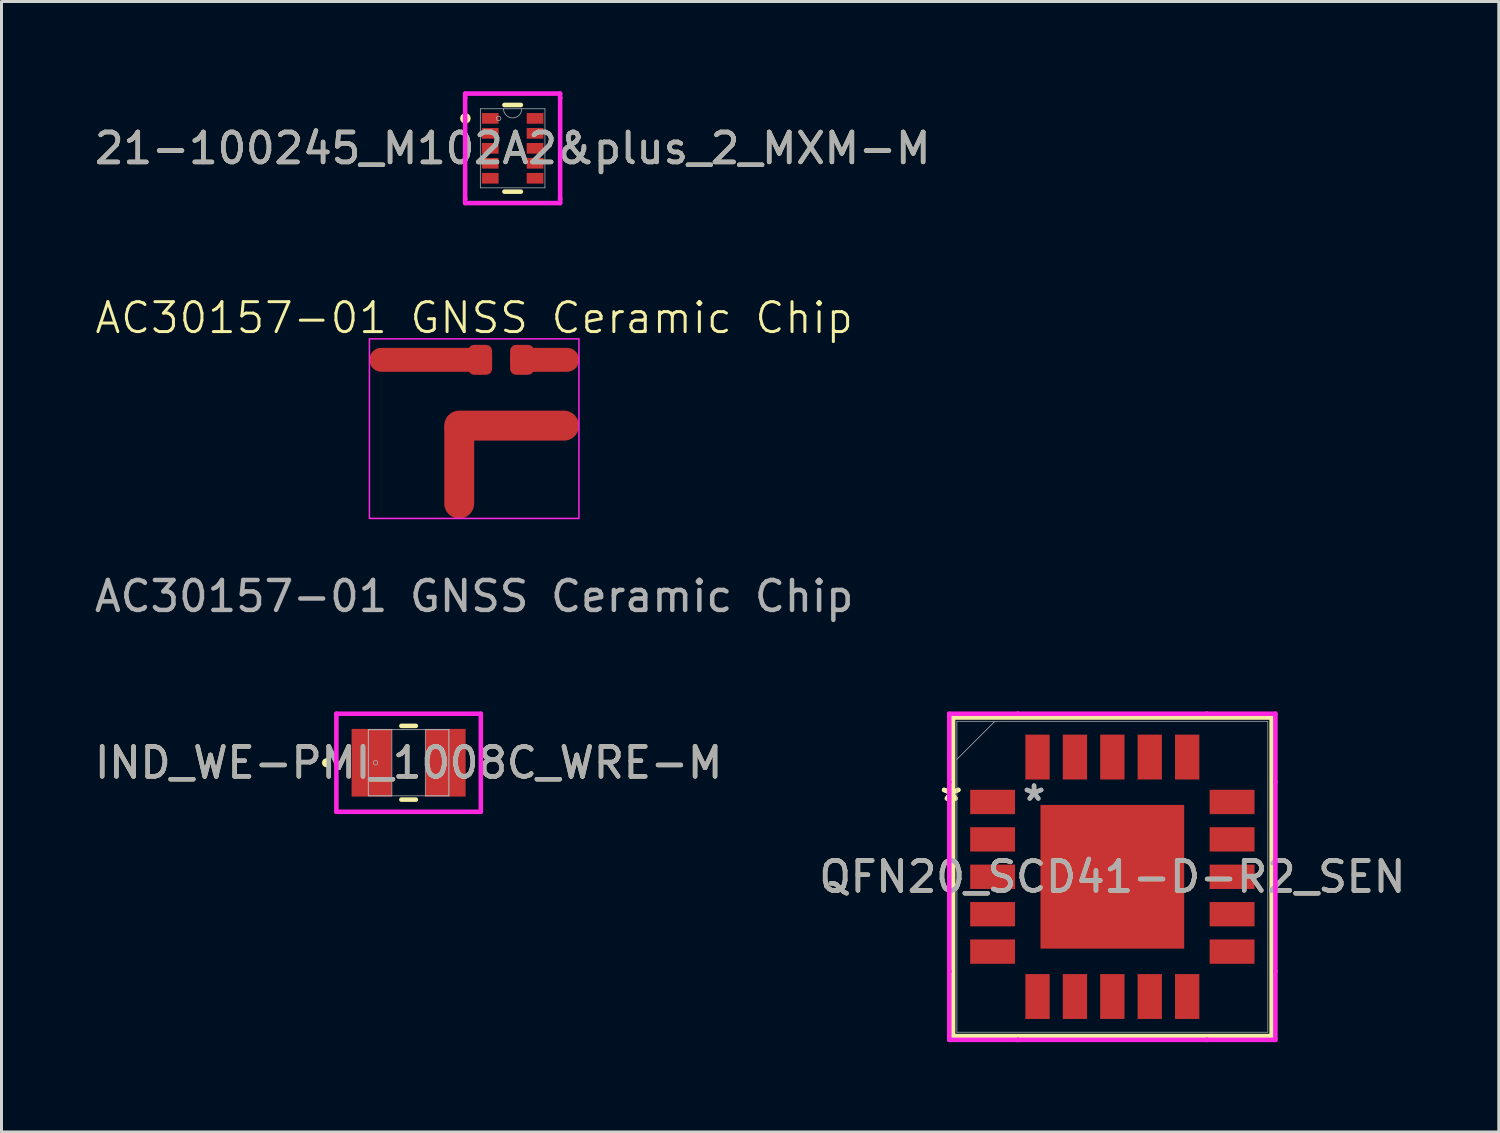
<source format=kicad_pcb>
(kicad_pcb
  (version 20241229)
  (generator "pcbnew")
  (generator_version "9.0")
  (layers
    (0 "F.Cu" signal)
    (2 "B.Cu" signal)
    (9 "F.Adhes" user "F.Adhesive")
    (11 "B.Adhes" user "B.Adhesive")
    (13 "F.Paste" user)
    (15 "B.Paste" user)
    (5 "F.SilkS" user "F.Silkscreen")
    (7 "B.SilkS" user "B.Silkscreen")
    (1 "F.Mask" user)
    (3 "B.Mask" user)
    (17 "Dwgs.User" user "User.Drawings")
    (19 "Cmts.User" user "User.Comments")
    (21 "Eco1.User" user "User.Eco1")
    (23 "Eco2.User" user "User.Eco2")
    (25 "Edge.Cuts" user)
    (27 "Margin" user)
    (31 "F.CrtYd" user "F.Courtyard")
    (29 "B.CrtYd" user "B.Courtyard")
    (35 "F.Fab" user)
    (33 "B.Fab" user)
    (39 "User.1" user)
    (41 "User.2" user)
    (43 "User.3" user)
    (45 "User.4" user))
  (footprint "IND_WE-PMI_1008C_WRE-M"
    (layer "F.Cu")
    (at 10.601 22.433)
    (property "Reference" "IND_WE-PMI_1008C_WRE-M" (at 0 0 0) (unlocked yes) (layer "F.SilkS") (effects (font (size 1 1) (thickness 0.15))))
    (attr smd)
    (fp_line (start -0.242 1.232) (end 0.242 1.232) (stroke (width 0.152) (type solid)) (layer "F.SilkS"))
    (fp_line (start 0.242 -1.232) (end -0.242 -1.232) (stroke (width 0.152) (type solid)) (layer "F.SilkS"))
    (fp_circle (center -2.743 0) (end -2.667 0) (stroke (width 0.152) (type solid)) (fill no) (layer "F.SilkS"))
    (fp_line (start -2.413 -1.638) (end 2.413 -1.638) (stroke (width 0.152) (type solid)) (layer "F.CrtYd"))
    (fp_line (start -2.413 1.638) (end -2.413 -1.638) (stroke (width 0.152) (type solid)) (layer "F.CrtYd"))
    (fp_line (start 2.413 -1.638) (end 2.413 1.638) (stroke (width 0.152) (type solid)) (layer "F.CrtYd"))
    (fp_line (start 2.413 1.638) (end -2.413 1.638) (stroke (width 0.152) (type solid)) (layer "F.CrtYd"))
    (fp_line (start -1.346 -1.105) (end -1.346 1.105) (stroke (width 0.025) (type solid)) (layer "F.Fab"))
    (fp_line (start -1.346 -1.105) (end -1.346 1.105) (stroke (width 0.025) (type solid)) (layer "F.Fab"))
    (fp_line (start -1.346 1.105) (end -0.559 1.105) (stroke (width 0.025) (type solid)) (layer "F.Fab"))
    (fp_line (start -1.346 1.105) (end 1.346 1.105) (stroke (width 0.025) (type solid)) (layer "F.Fab"))
    (fp_line (start -0.559 -1.105) (end -1.346 -1.105) (stroke (width 0.025) (type solid)) (layer "F.Fab"))
    (fp_line (start -0.559 1.105) (end -0.559 -1.105) (stroke (width 0.025) (type solid)) (layer "F.Fab"))
    (fp_line (start 0.559 -1.105) (end 0.559 1.105) (stroke (width 0.025) (type solid)) (layer "F.Fab"))
    (fp_line (start 0.559 1.105) (end 1.346 1.105) (stroke (width 0.025) (type solid)) (layer "F.Fab"))
    (fp_line (start 1.346 -1.105) (end -1.346 -1.105) (stroke (width 0.025) (type solid)) (layer "F.Fab"))
    (fp_line (start 1.346 -1.105) (end 0.559 -1.105) (stroke (width 0.025) (type solid)) (layer "F.Fab"))
    (fp_line (start 1.346 1.105) (end 1.346 -1.105) (stroke (width 0.025) (type solid)) (layer "F.Fab"))
    (fp_line (start 1.346 1.105) (end 1.346 -1.105) (stroke (width 0.025) (type solid)) (layer "F.Fab"))
    (fp_circle (center -1.105 0) (end -1.029 0) (stroke (width 0.025) (type solid)) (fill no) (layer "F.Fab"))
    (fp_text user "${REFERENCE}" (at 0 0 0) (unlocked yes) (layer "F.Fab") (effects (font (size 1 1) (thickness 0.15))))
    (pad "1" smd rect (at -1.232 0) (size 1.346 2.261) (layers "F.Cu" "F.Mask" "F.Paste"))
    (pad "2" smd rect (at 1.232 0) (size 1.346 2.261) (layers "F.Cu" "F.Mask" "F.Paste"))
    (zone (net_name "") (layer "F.Cu") (hatch full 0.508) (connect_pads) (min_thickness 0.254) (filled_areas_thickness no) (keepout (tracks not_allowed) (vias not_allowed) (pads allowed) (copperpour not_allowed) (footprints allowed)) (placement (enabled no)) (fill) (polygon (pts (xy 10.093 21.379) (xy 11.109 21.379) (xy 11.109 23.487) (xy 10.093 23.487)))))
  (footprint "AC30157-01 GNSS Ceramic Chip"
    (layer "F.Cu")
    (at 12.792 11.271)
    (property "Reference" "AC30157-01 GNSS Ceramic Chip" (at 0 -3.7 0) (unlocked yes) (layer "F.SilkS") (effects (font (size 1 1) (thickness 0.1))))
    (attr smd)
    (fp_line (start -0.5 -0.1) (end 3 -0.1) (stroke (width 1) (type default)) (layer "F.Cu"))
    (fp_line (start -0.5 2.5) (end -0.5 0) (stroke (width 1) (type default)) (layer "F.Cu"))
    (fp_line (start 0.2 -2.3) (end -3.1 -2.3) (stroke (width 0.8) (type default)) (layer "F.Cu"))
    (fp_line (start 1.6 -2.3) (end 3.1 -2.3) (stroke (width 0.8) (type default)) (layer "F.Cu"))
    (fp_rect (start -3.5 -3) (end 3.5 3) (stroke (width 0.05) (type default)) (fill no) (layer "F.CrtYd"))
    (fp_text user "${REFERENCE}" (at 0 5.6 0) (unlocked yes) (layer "F.Fab") (effects (font (size 1 1) (thickness 0.15))))
    (pad "1" smd roundrect (at 1.6 -2.3 180) (size 0.8 1) (layers "F.Cu" "F.Mask" "F.Paste") (roundrect_rratio 0.25))
    (pad "2" smd roundrect (at 0.2 -2.3 180) (size 0.8 1) (layers "F.Cu" "F.Mask" "F.Paste") (roundrect_rratio 0.25)))
  (footprint "21-100245_M102A2&plus_2_MXM-M"
    (layer "F.Cu")
    (at 14.077 1.905)
    (property "Reference" "21-100245_M102A2&plus_2_MXM-M" (at 0 0 0) (unlocked yes) (layer "F.SilkS") (effects (font (size 1 1) (thickness 0.15))))
    (attr smd)
    (fp_line (start -0.275 1.448) (end 0.275 1.448) (stroke (width 0.152) (type solid)) (layer "F.SilkS"))
    (fp_line (start 0.275 -1.448) (end -0.275 -1.448) (stroke (width 0.152) (type solid)) (layer "F.SilkS"))
    (fp_circle (center -1.579 -1) (end -1.478 -1) (stroke (width 0.152) (type solid)) (fill no) (layer "F.SilkS"))
    (fp_line (start -1.587 -1.829) (end 1.587 -1.829) (stroke (width 0.152) (type solid)) (layer "F.CrtYd"))
    (fp_line (start -1.587 -1.686) (end -1.587 -1.829) (stroke (width 0.152) (type solid)) (layer "F.CrtYd"))
    (fp_line (start -1.587 -1.686) (end -1.587 -1.686) (stroke (width 0.152) (type solid)) (layer "F.CrtYd"))
    (fp_line (start -1.587 1.686) (end -1.587 -1.686) (stroke (width 0.152) (type solid)) (layer "F.CrtYd"))
    (fp_line (start -1.587 1.686) (end -1.587 1.686) (stroke (width 0.152) (type solid)) (layer "F.CrtYd"))
    (fp_line (start -1.587 1.829) (end -1.587 1.686) (stroke (width 0.152) (type solid)) (layer "F.CrtYd"))
    (fp_line (start 1.587 -1.829) (end 1.587 -1.686) (stroke (width 0.152) (type solid)) (layer "F.CrtYd"))
    (fp_line (start 1.587 -1.686) (end 1.587 -1.686) (stroke (width 0.152) (type solid)) (layer "F.CrtYd"))
    (fp_line (start 1.587 -1.686) (end 1.587 1.686) (stroke (width 0.152) (type solid)) (layer "F.CrtYd"))
    (fp_line (start 1.587 1.686) (end 1.587 1.686) (stroke (width 0.152) (type solid)) (layer "F.CrtYd"))
    (fp_line (start 1.587 1.686) (end 1.587 1.829) (stroke (width 0.152) (type solid)) (layer "F.CrtYd"))
    (fp_line (start 1.587 1.829) (end -1.587 1.829) (stroke (width 0.152) (type solid)) (layer "F.CrtYd"))
    (fp_line (start -1.079 -1.321) (end -1.079 1.321) (stroke (width 0.025) (type solid)) (layer "F.Fab"))
    (fp_line (start -1.079 1.321) (end 1.079 1.321) (stroke (width 0.025) (type solid)) (layer "F.Fab"))
    (fp_line (start 1.079 -1.321) (end -1.079 -1.321) (stroke (width 0.025) (type solid)) (layer "F.Fab"))
    (fp_line (start 1.079 1.321) (end 1.079 -1.321) (stroke (width 0.025) (type solid)) (layer "F.Fab"))
    (fp_arc (start 0.3048 -1.3208) (mid 0 -1.016) (end -0.3048 -1.3208) (stroke (width 0.0254) (type solid)) (layer "F.Fab"))
    (fp_circle (center -0.47 -1) (end -0.394 -1) (stroke (width 0.025) (type solid)) (fill no) (layer "F.Fab"))
    (fp_text user "${REFERENCE}" (at 0 0 0) (unlocked yes) (layer "F.Fab") (effects (font (size 1 1) (thickness 0.15))))
    (pad "1" smd rect (at -0.749 -1) (size 0.559 0.356) (layers "F.Cu" "F.Mask" "F.Paste"))
    (pad "2" smd rect (at -0.749 -0.5) (size 0.559 0.356) (layers "F.Cu" "F.Mask" "F.Paste"))
    (pad "3" smd rect (at -0.749 0) (size 0.559 0.356) (layers "F.Cu" "F.Mask" "F.Paste"))
    (pad "4" smd rect (at -0.749 0.5) (size 0.559 0.356) (layers "F.Cu" "F.Mask" "F.Paste"))
    (pad "5" smd rect (at -0.749 1) (size 0.559 0.356) (layers "F.Cu" "F.Mask" "F.Paste"))
    (pad "6" smd rect (at 0.749 1) (size 0.559 0.356) (layers "F.Cu" "F.Mask" "F.Paste"))
    (pad "7" smd rect (at 0.749 0.5) (size 0.559 0.356) (layers "F.Cu" "F.Mask" "F.Paste"))
    (pad "8" smd rect (at 0.749 0) (size 0.559 0.356) (layers "F.Cu" "F.Mask" "F.Paste"))
    (pad "9" smd rect (at 0.749 -0.5) (size 0.559 0.356) (layers "F.Cu" "F.Mask" "F.Paste"))
    (pad "10" smd rect (at 0.749 -1) (size 0.559 0.356) (layers "F.Cu" "F.Mask" "F.Paste")))
  (footprint "QFN20_SCD41-D-R2_SEN"
    (layer "F.Cu")
    (at 34.113 26.243)
    (property "Reference" "QFN20_SCD41-D-R2_SEN" (at 0 0 0) (unlocked yes) (layer "F.SilkS") (effects (font (size 1 1) (thickness 0.15))))
    (attr smd)
    (fp_line (start -5.321 -5.321) (end -5.321 5.321) (stroke (width 0.152) (type solid)) (layer "F.SilkS"))
    (fp_line (start -5.321 5.321) (end 5.321 5.321) (stroke (width 0.152) (type solid)) (layer "F.SilkS"))
    (fp_line (start 5.321 -5.321) (end -5.321 -5.321) (stroke (width 0.152) (type solid)) (layer "F.SilkS"))
    (fp_line (start 5.321 5.321) (end 5.321 -5.321) (stroke (width 0.152) (type solid)) (layer "F.SilkS"))
    (fp_poly (pts (xy -2.3 -2.3) (xy -2.3 -0.9) (xy -0.9 -0.9) (xy -0.9 -2.3)) (stroke (width 0) (type solid)) (fill yes) (layer "F.Paste"))
    (fp_poly (pts (xy -2.3 -0.7) (xy -2.3 0.7) (xy -0.9 0.7) (xy -0.9 -0.7)) (stroke (width 0) (type solid)) (fill yes) (layer "F.Paste"))
    (fp_poly (pts (xy -2.3 0.9) (xy -2.3 2.3) (xy -0.9 2.3) (xy -0.9 0.9)) (stroke (width 0) (type solid)) (fill yes) (layer "F.Paste"))
    (fp_poly (pts (xy -0.7 -2.3) (xy -0.7 -0.9) (xy 0.7 -0.9) (xy 0.7 -2.3)) (stroke (width 0) (type solid)) (fill yes) (layer "F.Paste"))
    (fp_poly (pts (xy -0.7 -0.7) (xy -0.7 0.7) (xy 0.7 0.7) (xy 0.7 -0.7)) (stroke (width 0) (type solid)) (fill yes) (layer "F.Paste"))
    (fp_poly (pts (xy -0.7 0.9) (xy -0.7 2.3) (xy 0.7 2.3) (xy 0.7 0.9)) (stroke (width 0) (type solid)) (fill yes) (layer "F.Paste"))
    (fp_poly (pts (xy 0.9 -2.3) (xy 0.9 -0.9) (xy 2.3 -0.9) (xy 2.3 -2.3)) (stroke (width 0) (type solid)) (fill yes) (layer "F.Paste"))
    (fp_poly (pts (xy 0.9 -0.7) (xy 0.9 0.7) (xy 2.3 0.7) (xy 2.3 -0.7)) (stroke (width 0) (type solid)) (fill yes) (layer "F.Paste"))
    (fp_poly (pts (xy 0.9 0.9) (xy 0.9 2.3) (xy 2.3 2.3) (xy 2.3 0.9)) (stroke (width 0) (type solid)) (fill yes) (layer "F.Paste"))
    (fp_line (start -5.448 -5.448) (end -3.16 -5.448) (stroke (width 0.152) (type solid)) (layer "F.CrtYd"))
    (fp_line (start -5.448 -3.16) (end -5.448 -5.448) (stroke (width 0.152) (type solid)) (layer "F.CrtYd"))
    (fp_line (start -5.448 -3.16) (end -5.448 -3.16) (stroke (width 0.152) (type solid)) (layer "F.CrtYd"))
    (fp_line (start -5.448 3.16) (end -5.448 -3.16) (stroke (width 0.152) (type solid)) (layer "F.CrtYd"))
    (fp_line (start -5.448 3.16) (end -5.448 3.16) (stroke (width 0.152) (type solid)) (layer "F.CrtYd"))
    (fp_line (start -5.448 5.448) (end -5.448 3.16) (stroke (width 0.152) (type solid)) (layer "F.CrtYd"))
    (fp_line (start -3.16 -5.448) (end -3.16 -5.448) (stroke (width 0.152) (type solid)) (layer "F.CrtYd"))
    (fp_line (start -3.16 -5.448) (end 3.16 -5.448) (stroke (width 0.152) (type solid)) (layer "F.CrtYd"))
    (fp_line (start -3.16 5.448) (end -5.448 5.448) (stroke (width 0.152) (type solid)) (layer "F.CrtYd"))
    (fp_line (start -3.16 5.448) (end -3.16 5.448) (stroke (width 0.152) (type solid)) (layer "F.CrtYd"))
    (fp_line (start 3.16 -5.448) (end 3.16 -5.448) (stroke (width 0.152) (type solid)) (layer "F.CrtYd"))
    (fp_line (start 3.16 -5.448) (end 5.448 -5.448) (stroke (width 0.152) (type solid)) (layer "F.CrtYd"))
    (fp_line (start 3.16 5.448) (end -3.16 5.448) (stroke (width 0.152) (type solid)) (layer "F.CrtYd"))
    (fp_line (start 3.16 5.448) (end 3.16 5.448) (stroke (width 0.152) (type solid)) (layer "F.CrtYd"))
    (fp_line (start 5.448 -5.448) (end 5.448 -3.16) (stroke (width 0.152) (type solid)) (layer "F.CrtYd"))
    (fp_line (start 5.448 -3.16) (end 5.448 -3.16) (stroke (width 0.152) (type solid)) (layer "F.CrtYd"))
    (fp_line (start 5.448 -3.16) (end 5.448 3.16) (stroke (width 0.152) (type solid)) (layer "F.CrtYd"))
    (fp_line (start 5.448 3.16) (end 5.448 3.16) (stroke (width 0.152) (type solid)) (layer "F.CrtYd"))
    (fp_line (start 5.448 3.16) (end 5.448 5.448) (stroke (width 0.152) (type solid)) (layer "F.CrtYd"))
    (fp_line (start 5.448 5.448) (end 3.16 5.448) (stroke (width 0.152) (type solid)) (layer "F.CrtYd"))
    (fp_line (start -5.194 -5.194) (end -5.194 5.194) (stroke (width 0.025) (type solid)) (layer "F.Fab"))
    (fp_line (start -5.194 -3.924) (end -3.924 -5.194) (stroke (width 0.025) (type solid)) (layer "F.Fab"))
    (fp_line (start -5.194 5.194) (end 5.194 5.194) (stroke (width 0.025) (type solid)) (layer "F.Fab"))
    (fp_line (start 5.194 -5.194) (end -5.194 -5.194) (stroke (width 0.025) (type solid)) (layer "F.Fab"))
    (fp_line (start 5.194 5.194) (end 5.194 -5.194) (stroke (width 0.025) (type solid)) (layer "F.Fab"))
    (fp_text user "*" (at -5.384 -2.5 0) (unlocked yes) (layer "F.SilkS") (effects (font (size 1 1) (thickness 0.15))))
    (fp_text user "*" (at -5.384 -2.5 0) (layer "F.SilkS") (effects (font (size 1 1) (thickness 0.15))))
    (fp_text user "*" (at -2.616 -2.5 0) (unlocked yes) (layer "F.Fab") (effects (font (size 1 1) (thickness 0.15))))
    (fp_text user "*" (at -2.616 -2.5 0) (layer "F.Fab") (effects (font (size 1 1) (thickness 0.15))))
    (fp_text user "${REFERENCE}" (at 0 0 0) (unlocked yes) (layer "F.Fab") (effects (font (size 1 1) (thickness 0.15))))
    (pad "1" smd rect (at -4 -2.5) (size 1.499 0.813) (layers "F.Cu" "F.Mask" "F.Paste"))
    (pad "2" smd rect (at -4 -1.25) (size 1.499 0.813) (layers "F.Cu" "F.Mask" "F.Paste"))
    (pad "3" smd rect (at -4 0) (size 1.499 0.813) (layers "F.Cu" "F.Mask" "F.Paste"))
    (pad "4" smd rect (at -4 1.25) (size 1.499 0.813) (layers "F.Cu" "F.Mask" "F.Paste"))
    (pad "5" smd rect (at -4 2.5) (size 1.499 0.813) (layers "F.Cu" "F.Mask" "F.Paste"))
    (pad "6" smd rect (at -2.5 4 90) (size 1.499 0.813) (layers "F.Cu" "F.Mask" "F.Paste"))
    (pad "7" smd rect (at -1.25 4 90) (size 1.499 0.813) (layers "F.Cu" "F.Mask" "F.Paste"))
    (pad "8" smd rect (at 0 4 90) (size 1.499 0.813) (layers "F.Cu" "F.Mask" "F.Paste"))
    (pad "9" smd rect (at 1.25 4 90) (size 1.499 0.813) (layers "F.Cu" "F.Mask" "F.Paste"))
    (pad "10" smd rect (at 2.5 4 90) (size 1.499 0.813) (layers "F.Cu" "F.Mask" "F.Paste"))
    (pad "11" smd rect (at 4 2.5) (size 1.499 0.813) (layers "F.Cu" "F.Mask" "F.Paste"))
    (pad "12" smd rect (at 4 1.25) (size 1.499 0.813) (layers "F.Cu" "F.Mask" "F.Paste"))
    (pad "13" smd rect (at 4 0) (size 1.499 0.813) (layers "F.Cu" "F.Mask" "F.Paste"))
    (pad "14" smd rect (at 4 -1.25) (size 1.499 0.813) (layers "F.Cu" "F.Mask" "F.Paste"))
    (pad "15" smd rect (at 4 -2.5) (size 1.499 0.813) (layers "F.Cu" "F.Mask" "F.Paste"))
    (pad "16" smd rect (at 2.5 -4 90) (size 1.499 0.813) (layers "F.Cu" "F.Mask" "F.Paste"))
    (pad "17" smd rect (at 1.25 -4 90) (size 1.499 0.813) (layers "F.Cu" "F.Mask" "F.Paste"))
    (pad "18" smd rect (at 0 -4 90) (size 1.499 0.813) (layers "F.Cu" "F.Mask" "F.Paste"))
    (pad "19" smd rect (at -1.25 -4 90) (size 1.499 0.813) (layers "F.Cu" "F.Mask" "F.Paste"))
    (pad "20" smd rect (at -2.5 -4 90) (size 1.499 0.813) (layers "F.Cu" "F.Mask" "F.Paste"))
    (pad "21" smd rect (at 0 0) (size 4.801 4.801) (layers "F.Cu" "F.Mask")))
  (gr_rect
    (start -3 -3)
    (end 47.024 34.768)
    (stroke (width 0.1) (type default))
    (fill no)
    (layer "Edge.Cuts")))
</source>
